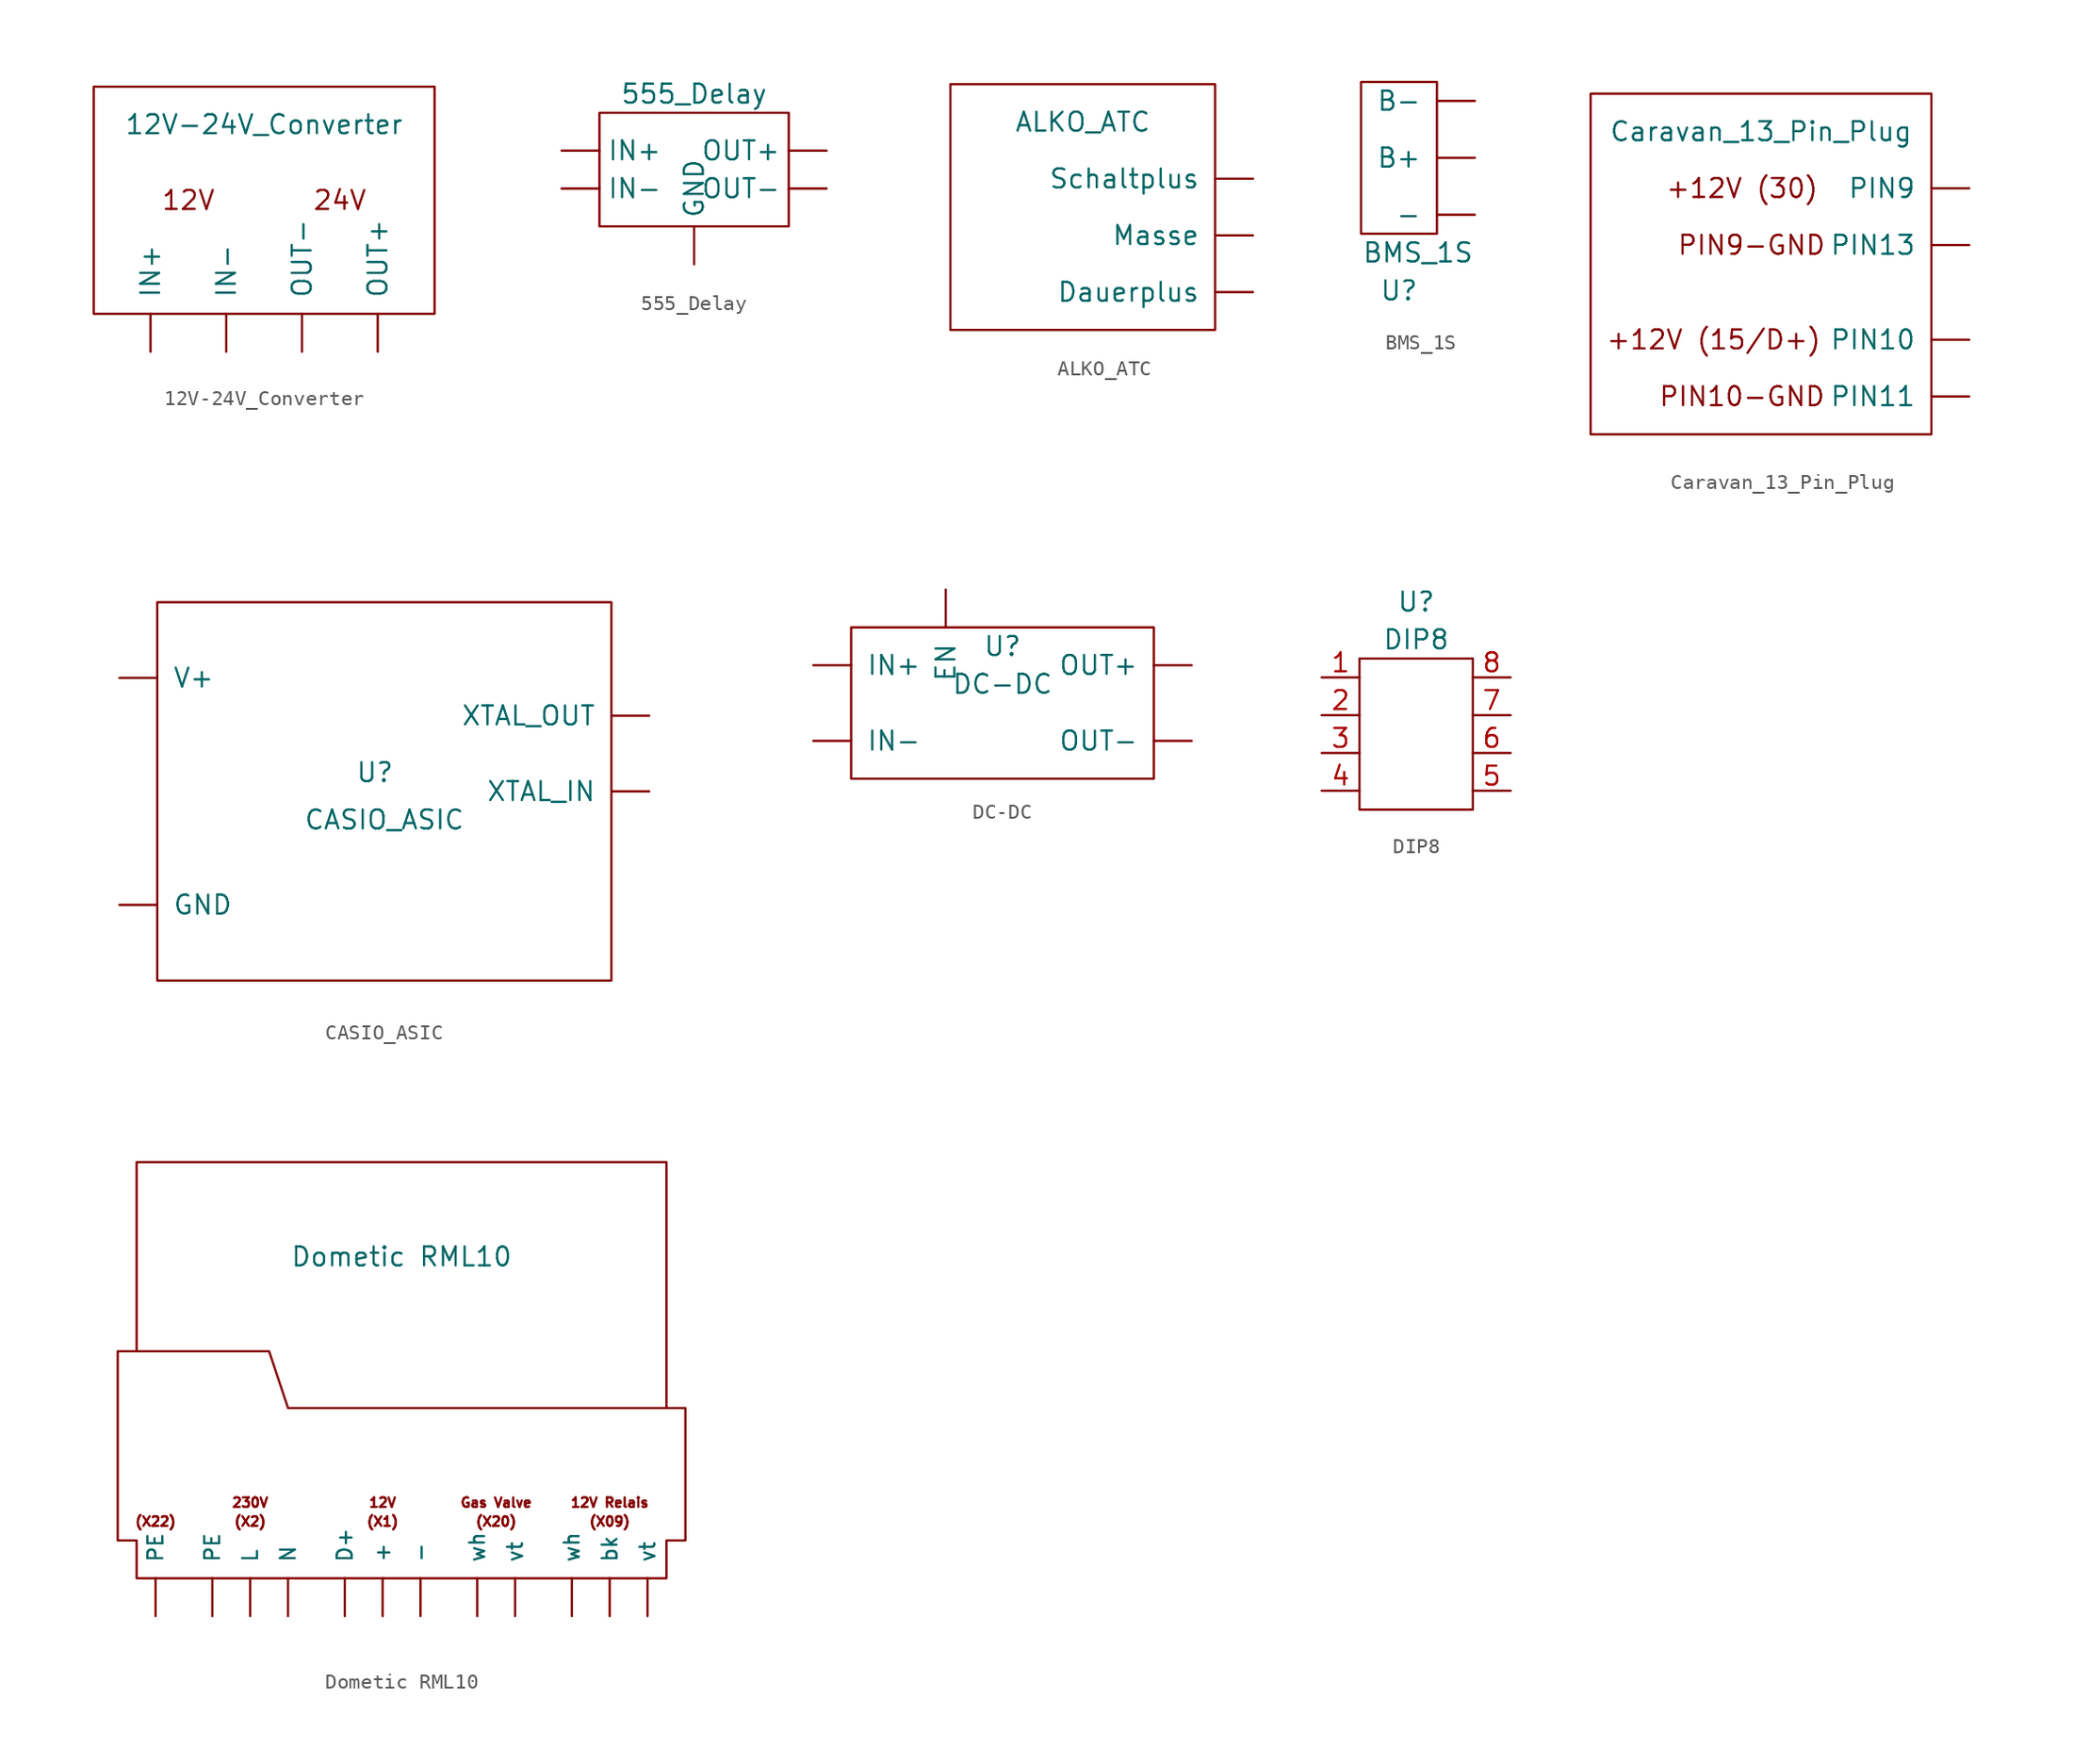
<source format=kicad_sym>
(kicad_symbol_lib
  (version 20211014)
  (generator kicad_symbol_editor)
  (symbol "12V-24V_Converter"
    (pin_names
      (offset 1.016))
    (property "Reference" "U"
      (at 0 0 0)
      (effects (font (size 1.27 1.27)) hide))
    (property "Value" "12V-24V_Converter"
      (at 0 5.08 0)
      (effects (font (size 1.27 1.27))))
    (symbol "12V-24V_Converter_0_0"
      (text "12V" (at -5.08 0 0) (effects (font (size 1.27 1.27))))
      (text "24V" (at 5.08 0 0) (effects (font (size 1.27 1.27)))))
    (symbol "12V-24V_Converter_0_1"
      (rectangle (start -11.43 7.62) (end 11.43 -7.62) (stroke (width 0) (type default) (color 0 0 0 0)) (fill (type none))))
    (symbol "12V-24V_Converter_1_1"
      (pin input line (at -7.62 -10.16 90) (length 2.54) (name "IN+" (effects (font (size 1.27 1.27)))) (number "~" (effects (font (size 1.27 1.27)))))
      (pin input line (at -2.54 -10.16 90) (length 2.54) (name "IN-" (effects (font (size 1.27 1.27)))) (number "~" (effects (font (size 1.27 1.27)))))
      (pin output line (at 7.62 -10.16 90) (length 2.54) (name "OUT+" (effects (font (size 1.27 1.27)))) (number "~" (effects (font (size 1.27 1.27)))))
      (pin output line (at 2.54 -10.16 90) (length 2.54) (name "OUT-" (effects (font (size 1.27 1.27)))) (number "~" (effects (font (size 1.27 1.27)))))))
  (symbol "555_Delay"
    (pin_numbers hide)
    (property "Reference" "U"
      (at 0 0 0)
      (effects (font (size 1.27 1.27)) hide))
    (property "Value" "555_Delay"
      (at 0 -3.81 0)
      (effects (font (size 1.27 1.27))))
    (symbol "555_Delay_0_1"
      (polyline (pts (xy -6.35 -5.08) (xy 6.35 -5.08) (xy 6.35 -12.7) (xy -6.35 -12.7) (xy -6.35 -5.08)) (stroke (width 0.152) (type default) (color 0 0 0 0)) (fill (type none))))
    (symbol "555_Delay_1_1"
      (pin input line (at 0 -15.24 90) (length 2.54) (name "GND" (effects (font (size 1.27 1.27)))) (number "" (effects (font (size 1.27 1.27)))))
      (pin input line (at -8.89 -7.62 0) (length 2.54) (name "IN+" (effects (font (size 1.27 1.27)))) (number "" (effects (font (size 1.27 1.27)))))
      (pin input line (at -8.89 -10.16 0) (length 2.54) (name "IN-" (effects (font (size 1.27 1.27)))) (number "" (effects (font (size 1.27 1.27)))))
      (pin output line (at 8.89 -7.62 180) (length 2.54) (name "OUT+" (effects (font (size 1.27 1.27)))) (number "" (effects (font (size 1.27 1.27)))))
      (pin output line (at 8.89 -10.16 180) (length 2.54) (name "OUT-" (effects (font (size 1.27 1.27)))) (number "" (effects (font (size 1.27 1.27)))))))
  (symbol "ALKO_ATC"
    (pin_names
      (offset 1.016))
    (property "Reference" "U"
      (at -8.89 0 90)
      (effects (font (size 1.27 1.27)) hide))
    (property "Value" "ALKO_ATC"
      (at 0 7.62 0)
      (effects (font (size 1.27 1.27))))
    (symbol "ALKO_ATC_0_1"
      (rectangle (start 8.89 10.16) (end -8.89 -6.35) (stroke (width 0) (type default) (color 0 0 0 0)) (fill (type none))))
    (symbol "ALKO_ATC_1_1"
      (pin input line (at 11.43 -3.81 180) (length 2.54) (name "Dauerplus" (effects (font (size 1.27 1.27)))) (number "~" (effects (font (size 1.27 1.27)))))
      (pin input line (at 11.43 0 180) (length 2.54) (name "Masse" (effects (font (size 1.27 1.27)))) (number "~" (effects (font (size 1.27 1.27)))))
      (pin output line (at 11.43 3.81 180) (length 2.54) (name "Schaltplus" (effects (font (size 1.27 1.27)))) (number "~" (effects (font (size 1.27 1.27)))))))
  (symbol "BMS_1S"
    (pin_names
      (offset 1.016))
    (property "Reference" "U"
      (at -1.27 -8.89 0)
      (effects (font (size 1.27 1.27))))
    (property "Value" "BMS_1S"
      (at 0 -6.35 0)
      (effects (font (size 1.27 1.27))))
    (symbol "BMS_1S_1_1"
      (rectangle (start -3.81 -5.08) (end 1.27 5.08) (stroke (width 0) (type default) (color 0 0 0 0)) (fill (type none)))
      (pin power_out line (at 3.81 -3.81 180) (length 2.54) (name "-" (effects (font (size 1.27 1.27)))) (number "~" (effects (font (size 1.27 1.27)))))
      (pin power_in line (at 3.81 0 180) (length 2.54) (name "B+" (effects (font (size 1.27 1.27)))) (number "~" (effects (font (size 1.27 1.27)))))
      (pin power_in line (at 3.81 3.81 180) (length 2.54) (name "B-" (effects (font (size 1.27 1.27)))) (number "~" (effects (font (size 1.27 1.27)))))))
  (symbol "Caravan_13_Pin_Plug"
    (pin_names
      (offset 1.016))
    (property "Reference" "U"
      (at -8.89 -9.525 0)
      (effects (font (size 1.27 1.27)) hide))
    (property "Value" "Caravan_13_Pin_Plug"
      (at 0 12.7 0)
      (effects (font (size 1.27 1.27))))
    (symbol "Caravan_13_Pin_Plug_0_0"
      (text "+12V (15/D+)" (at -3.175 -1.27 0) (effects (font (size 1.27 1.27))))
      (text "+12V (30)" (at -1.27 8.89 0) (effects (font (size 1.27 1.27))))
      (text "PIN10-GND" (at -1.27 -5.08 0) (effects (font (size 1.27 1.27))))
      (text "PIN9-GND" (at -0.635 5.08 0) (effects (font (size 1.27 1.27)))))
    (symbol "Caravan_13_Pin_Plug_0_1"
      (rectangle (start -11.43 15.24) (end 11.43 -7.62) (stroke (width 0) (type default) (color 0 0 0 0)) (fill (type none))))
    (symbol "Caravan_13_Pin_Plug_1_1"
      (pin output line (at 13.97 -1.27 180) (length 2.54) (name "PIN10" (effects (font (size 1.27 1.27)))) (number "~" (effects (font (size 1.27 1.27)))))
      (pin output line (at 13.97 -5.08 180) (length 2.54) (name "PIN11" (effects (font (size 1.27 1.27)))) (number "~" (effects (font (size 1.27 1.27)))))
      (pin output line (at 13.97 5.08 180) (length 2.54) (name "PIN13" (effects (font (size 1.27 1.27)))) (number "~" (effects (font (size 1.27 1.27)))))
      (pin output line (at 13.97 8.89 180) (length 2.54) (name "PIN9" (effects (font (size 1.27 1.27)))) (number "~" (effects (font (size 1.27 1.27)))))))
  (symbol "CASIO_ASIC"
    (pin_names
      (offset 1.016))
    (property "Reference" "U"
      (at -0.635 1.27 0)
      (effects (font (size 1.27 1.27))))
    (property "Value" "CASIO_ASIC"
      (at 0 -1.905 0)
      (effects (font (size 1.27 1.27))))
    (symbol "CASIO_ASIC_0_1"
      (rectangle (start -15.24 12.7) (end 15.24 -12.7) (stroke (width 0) (type default) (color 0 0 0 0)) (fill (type none))))
    (symbol "CASIO_ASIC_1_1"
      (pin power_in line (at -17.78 -7.62 0) (length 2.54) (name "GND" (effects (font (size 1.27 1.27)))) (number "~" (effects (font (size 1.27 1.27)))))
      (pin power_in line (at -17.78 7.62 0) (length 2.54) (name "V+" (effects (font (size 1.27 1.27)))) (number "~" (effects (font (size 1.27 1.27)))))
      (pin input line (at 17.78 0 180) (length 2.54) (name "XTAL_IN" (effects (font (size 1.27 1.27)))) (number "~" (effects (font (size 1.27 1.27)))))
      (pin output line (at 17.78 5.08 180) (length 2.54) (name "XTAL_OUT" (effects (font (size 1.27 1.27)))) (number "~" (effects (font (size 1.27 1.27)))))))
  (symbol "DC-DC"
    (pin_names
      (offset 1.016))
    (property "Reference" "U"
      (at 0 3.81 0)
      (effects (font (size 1.27 1.27))))
    (property "Value" "DC-DC"
      (at 0 1.27 0)
      (effects (font (size 1.27 1.27))))
    (symbol "DC-DC_0_1"
      (rectangle (start -10.16 5.08) (end 10.16 -5.08) (stroke (width 0) (type default) (color 0 0 0 0)) (fill (type none))))
    (symbol "DC-DC_1_1"
      (pin input line (at -3.81 7.62 270) (length 2.54) (name "EN" (effects (font (size 1.27 1.27)))) (number "~" (effects (font (size 1.27 1.27)))))
      (pin input line (at -12.7 2.54 0) (length 2.54) (name "IN+" (effects (font (size 1.27 1.27)))) (number "~" (effects (font (size 1.27 1.27)))))
      (pin input line (at -12.7 -2.54 0) (length 2.54) (name "IN-" (effects (font (size 1.27 1.27)))) (number "~" (effects (font (size 1.27 1.27)))))
      (pin output line (at 12.7 2.54 180) (length 2.54) (name "OUT+" (effects (font (size 1.27 1.27)))) (number "~" (effects (font (size 1.27 1.27)))))
      (pin output line (at 12.7 -2.54 180) (length 2.54) (name "OUT-" (effects (font (size 1.27 1.27)))) (number "~" (effects (font (size 1.27 1.27)))))))
  (symbol "DIP8"
    (pin_names
      (offset 1.016))
    (property "Reference" "U"
      (at 0 8.89 0)
      (effects (font (size 1.27 1.27))))
    (property "Value" "DIP8"
      (at 0 6.35 0)
      (effects (font (size 1.27 1.27))))
    (symbol "DIP8_0_1"
      (rectangle (start -3.81 5.08) (end 3.81 -5.08) (stroke (width 0) (type default) (color 0 0 0 0)) (fill (type none))))
    (symbol "DIP8_1_1"
      (pin bidirectional line (at -6.35 3.81 0) (length 2.54) (name "~" (effects (font (size 1.27 1.27)))) (number "1" (effects (font (size 1.27 1.27)))))
      (pin bidirectional line (at -6.35 1.27 0) (length 2.54) (name "~" (effects (font (size 1.27 1.27)))) (number "2" (effects (font (size 1.27 1.27)))))
      (pin bidirectional line (at -6.35 -1.27 0) (length 2.54) (name "~" (effects (font (size 1.27 1.27)))) (number "3" (effects (font (size 1.27 1.27)))))
      (pin bidirectional line (at -6.35 -3.81 0) (length 2.54) (name "~" (effects (font (size 1.27 1.27)))) (number "4" (effects (font (size 1.27 1.27)))))
      (pin bidirectional line (at 6.35 -3.81 180) (length 2.54) (name "~" (effects (font (size 1.27 1.27)))) (number "5" (effects (font (size 1.27 1.27)))))
      (pin bidirectional line (at 6.35 -1.27 180) (length 2.54) (name "~" (effects (font (size 1.27 1.27)))) (number "6" (effects (font (size 1.27 1.27)))))
      (pin bidirectional line (at 6.35 1.27 180) (length 2.54) (name "~" (effects (font (size 1.27 1.27)))) (number "7" (effects (font (size 1.27 1.27)))))
      (pin bidirectional line (at 6.35 3.81 180) (length 2.54) (name "~" (effects (font (size 1.27 1.27)))) (number "8" (effects (font (size 1.27 1.27)))))))
  (symbol "Dometic RML10"
    (pin_names
      (offset 1.016))
    (property "Reference" "U"
      (at 0 8.89 0)
      (effects (font (size 1.27 1.27)) hide))
    (property "Value" "Dometic RML10"
      (at 2.54 10.16 0)
      (effects (font (size 1.27 1.27))))
    (symbol "Dometic RML10_0_0"
      (text "(X09)" (at 16.51 -7.62 0) (effects (font (size 0.64 0.64))))
      (text "(X1)" (at 1.27 -7.62 0) (effects (font (size 0.64 0.64))))
      (text "(X2)" (at -7.62 -7.62 0) (effects (font (size 0.64 0.64))))
      (text "(X20)" (at 8.89 -7.62 0) (effects (font (size 0.64 0.64))))
      (text "(X22)" (at -13.97 -7.62 0) (effects (font (size 0.64 0.64))))
      (text "12V" (at 1.27 -6.35 0) (effects (font (size 0.64 0.64))))
      (text "12V Relais" (at 16.51 -6.35 0) (effects (font (size 0.64 0.64))))
      (text "230V" (at -7.62 -6.35 0) (effects (font (size 0.64 0.64))))
      (text "Gas Valve" (at 8.89 -6.35 0) (effects (font (size 0.64 0.64)))))
    (symbol "Dometic RML10_0_1"
      (polyline (pts (xy -15.24 3.81) (xy -15.24 16.51) (xy 20.32 16.51) (xy 20.32 0)) (stroke (width 0.152) (type default) (color 0 0 0 0)) (fill (type none)))
      (polyline (pts (xy -15.24 3.81) (xy -6.35 3.81) (xy -5.08 0) (xy 20.32 0)) (stroke (width 0.152) (type default) (color 0 0 0 0)) (fill (type none)))
      (polyline (pts (xy -15.24 3.81) (xy -16.51 3.81) (xy -16.51 -8.89) (xy -15.24 -8.89) (xy -15.24 -11.43) (xy 20.32 -11.43) (xy 20.32 -8.89) (xy 21.59 -8.89) (xy 21.59 0) (xy 20.32 0)) (stroke (width 0.152) (type default) (color 0 0 0 0)) (fill (type none))))
    (symbol "Dometic RML10_1_1"
      (pin input line (at 1.27 -13.97 90) (length 2.54) (name "+" (effects (font (size 1 1)))) (number "" (effects (font (size 1.27 1.27)))))
      (pin input line (at 3.81 -13.97 90) (length 2.54) (name "-" (effects (font (size 1 1)))) (number "" (effects (font (size 1.27 1.27)))))
      (pin input line (at -1.27 -13.97 90) (length 2.54) (name "D+" (effects (font (size 1 1)))) (number "" (effects (font (size 1.27 1.27)))))
      (pin input line (at -7.62 -13.97 90) (length 2.54) (name "L" (effects (font (size 1 1)))) (number "" (effects (font (size 1.27 1.27)))))
      (pin input line (at -5.08 -13.97 90) (length 2.54) (name "N" (effects (font (size 1 1)))) (number "" (effects (font (size 1.27 1.27)))))
      (pin input line (at -13.97 -13.97 90) (length 2.54) (name "PE" (effects (font (size 1 1)))) (number "" (effects (font (size 1.27 1.27)))))
      (pin input line (at -10.16 -13.97 90) (length 2.54) (name "PE" (effects (font (size 1 1)))) (number "" (effects (font (size 1.27 1.27)))))
      (pin output line (at 16.51 -13.97 90) (length 2.54) (name "bk" (effects (font (size 1 1)))) (number "" (effects (font (size 1.27 1.27)))))
      (pin input line (at 10.16 -13.97 90) (length 2.54) (name "vt" (effects (font (size 1 1)))) (number "" (effects (font (size 1.27 1.27)))))
      (pin input line (at 19.05 -13.97 90) (length 2.54) (name "vt" (effects (font (size 1 1)))) (number "" (effects (font (size 1.27 1.27)))))
      (pin output line (at 7.62 -13.97 90) (length 2.54) (name "wh" (effects (font (size 1 1)))) (number "" (effects (font (size 1.27 1.27)))))
      (pin output line (at 13.97 -13.97 90) (length 2.54) (name "wh" (effects (font (size 1 1)))) (number "" (effects (font (size 1.27 1.27))))))))
</source>
